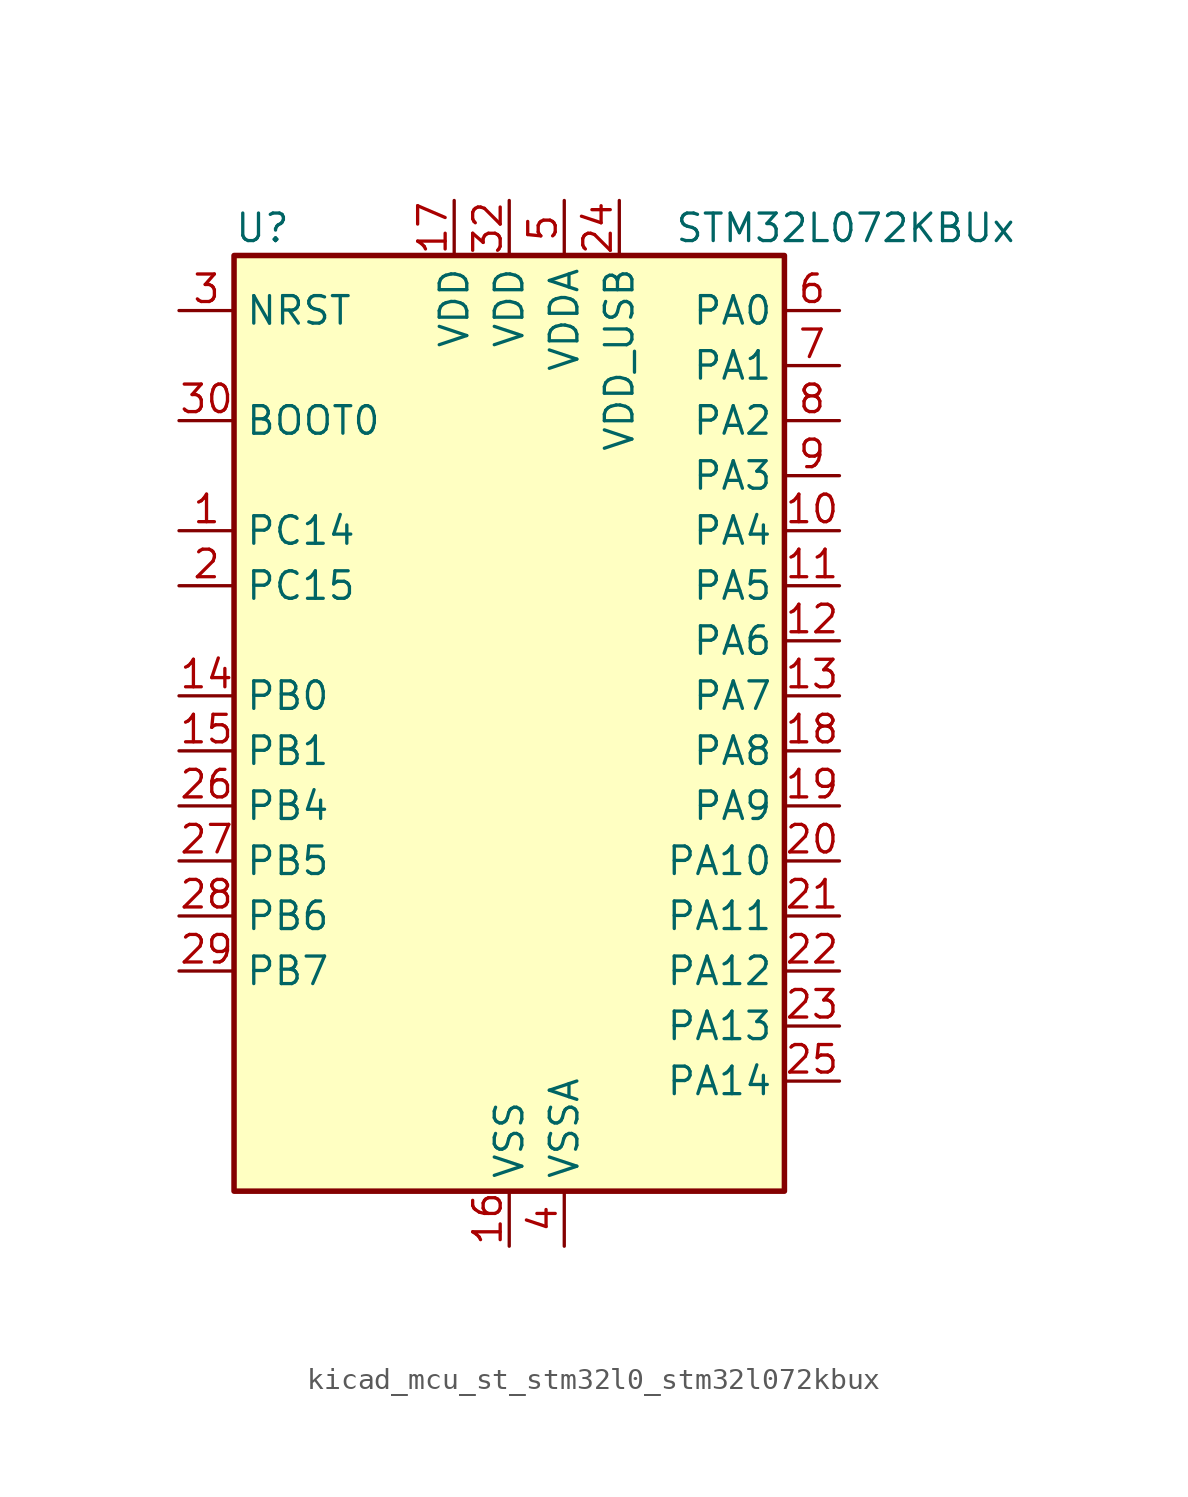
<source format=kicad_sym>
(kicad_symbol_lib
  (version 20220914)
  (generator kicad_symbol_editor)
  (symbol "kicad_mcu_st_stm32l0_stm32l072kbux"
    (property "Reference" "U"
      (at -12.7 24.13 0)
      (effects (font (size 1.27 1.27)) (justify left)))
    (property "Value" "STM32L072KBUx"
      (at 7.62 24.13 0)
      (effects (font (size 1.27 1.27)) (justify left)))
    (property "ki_locked" ""
      (at 0 0 0)
      (effects (font (size 1.27 1.27))))
    (symbol "kicad_mcu_st_stm32l0_stm32l072kbux_0_1"
      (rectangle (start -12.7 -20.32) (end 12.7 22.86) (stroke (width 0.254) (type default)) (fill (type background))))
    (symbol "kicad_mcu_st_stm32l0_stm32l072kbux_1_1"
      (pin bidirectional line (at -15.24 10.16 0) (length 2.54) (name "PC14" (effects (font (size 1.27 1.27)))) (number "1" (effects (font (size 1.27 1.27)))) (alternate "RCC_OSC32_IN" bidirectional line))
      (pin bidirectional line (at 15.24 10.16 180) (length 2.54) (name "PA4" (effects (font (size 1.27 1.27)))) (number "10" (effects (font (size 1.27 1.27)))) (alternate "ADC_IN4" bidirectional line) (alternate "COMP1_INM" bidirectional line) (alternate "COMP2_INM" bidirectional line) (alternate "DAC_OUT1" bidirectional line) (alternate "SPI1_NSS" bidirectional line) (alternate "TIM22_ETR" bidirectional line) (alternate "TSC_G2_IO1" bidirectional line) (alternate "USART2_CK" bidirectional line))
      (pin bidirectional line (at 15.24 7.62 180) (length 2.54) (name "PA5" (effects (font (size 1.27 1.27)))) (number "11" (effects (font (size 1.27 1.27)))) (alternate "ADC_IN5" bidirectional line) (alternate "COMP1_INM" bidirectional line) (alternate "COMP2_INM" bidirectional line) (alternate "DAC_OUT2" bidirectional line) (alternate "SPI1_SCK" bidirectional line) (alternate "TIM2_CH1" bidirectional line) (alternate "TIM2_ETR" bidirectional line) (alternate "TSC_G2_IO2" bidirectional line))
      (pin bidirectional line (at 15.24 5.08 180) (length 2.54) (name "PA6" (effects (font (size 1.27 1.27)))) (number "12" (effects (font (size 1.27 1.27)))) (alternate "ADC_IN6" bidirectional line) (alternate "COMP1_OUT" bidirectional line) (alternate "LPUART1_CTS" bidirectional line) (alternate "SPI1_MISO" bidirectional line) (alternate "TIM22_CH1" bidirectional line) (alternate "TIM3_CH1" bidirectional line) (alternate "TSC_G2_IO3" bidirectional line))
      (pin bidirectional line (at 15.24 2.54 180) (length 2.54) (name "PA7" (effects (font (size 1.27 1.27)))) (number "13" (effects (font (size 1.27 1.27)))) (alternate "ADC_IN7" bidirectional line) (alternate "COMP2_OUT" bidirectional line) (alternate "SPI1_MOSI" bidirectional line) (alternate "TIM22_CH2" bidirectional line) (alternate "TIM3_CH2" bidirectional line) (alternate "TSC_G2_IO4" bidirectional line))
      (pin bidirectional line (at -15.24 2.54 0) (length 2.54) (name "PB0" (effects (font (size 1.27 1.27)))) (number "14" (effects (font (size 1.27 1.27)))) (alternate "ADC_IN8" bidirectional line) (alternate "SYS_VREF_OUT_PB0" bidirectional line) (alternate "TIM3_CH3" bidirectional line) (alternate "TSC_G3_IO2" bidirectional line))
      (pin bidirectional line (at -15.24 0 0) (length 2.54) (name "PB1" (effects (font (size 1.27 1.27)))) (number "15" (effects (font (size 1.27 1.27)))) (alternate "ADC_IN9" bidirectional line) (alternate "LPUART1_DE" bidirectional line) (alternate "LPUART1_RTS" bidirectional line) (alternate "SYS_VREF_OUT_PB1" bidirectional line) (alternate "TIM3_CH4" bidirectional line) (alternate "TSC_G3_IO3" bidirectional line))
      (pin power_in line (at 0 -22.86 90) (length 2.54) (name "VSS" (effects (font (size 1.27 1.27)))) (number "16" (effects (font (size 1.27 1.27)))))
      (pin power_in line (at -2.54 25.4 270) (length 2.54) (name "VDD" (effects (font (size 1.27 1.27)))) (number "17" (effects (font (size 1.27 1.27)))))
      (pin bidirectional line (at 15.24 0 180) (length 2.54) (name "PA8" (effects (font (size 1.27 1.27)))) (number "18" (effects (font (size 1.27 1.27)))) (alternate "CRS_SYNC" bidirectional line) (alternate "I2C3_SCL" bidirectional line) (alternate "RCC_MCO" bidirectional line) (alternate "USART1_CK" bidirectional line))
      (pin bidirectional line (at 15.24 -2.54 180) (length 2.54) (name "PA9" (effects (font (size 1.27 1.27)))) (number "19" (effects (font (size 1.27 1.27)))) (alternate "DAC_EXTI9" bidirectional line) (alternate "I2C1_SCL" bidirectional line) (alternate "I2C3_SMBA" bidirectional line) (alternate "RCC_MCO" bidirectional line) (alternate "TSC_G4_IO1" bidirectional line) (alternate "USART1_TX" bidirectional line))
      (pin bidirectional line (at -15.24 7.62 0) (length 2.54) (name "PC15" (effects (font (size 1.27 1.27)))) (number "2" (effects (font (size 1.27 1.27)))) (alternate "RCC_OSC32_OUT" bidirectional line))
      (pin bidirectional line (at 15.24 -5.08 180) (length 2.54) (name "PA10" (effects (font (size 1.27 1.27)))) (number "20" (effects (font (size 1.27 1.27)))) (alternate "I2C1_SDA" bidirectional line) (alternate "TSC_G4_IO2" bidirectional line) (alternate "USART1_RX" bidirectional line))
      (pin bidirectional line (at 15.24 -7.62 180) (length 2.54) (name "PA11" (effects (font (size 1.27 1.27)))) (number "21" (effects (font (size 1.27 1.27)))) (alternate "ADC_EXTI11" bidirectional line) (alternate "COMP1_OUT" bidirectional line) (alternate "SPI1_MISO" bidirectional line) (alternate "TSC_G4_IO3" bidirectional line) (alternate "USART1_CTS" bidirectional line) (alternate "USB_DM" bidirectional line))
      (pin bidirectional line (at 15.24 -10.16 180) (length 2.54) (name "PA12" (effects (font (size 1.27 1.27)))) (number "22" (effects (font (size 1.27 1.27)))) (alternate "COMP2_OUT" bidirectional line) (alternate "SPI1_MOSI" bidirectional line) (alternate "TSC_G4_IO4" bidirectional line) (alternate "USART1_DE" bidirectional line) (alternate "USART1_RTS" bidirectional line) (alternate "USB_DP" bidirectional line))
      (pin bidirectional line (at 15.24 -12.7 180) (length 2.54) (name "PA13" (effects (font (size 1.27 1.27)))) (number "23" (effects (font (size 1.27 1.27)))) (alternate "LPUART1_RX" bidirectional line) (alternate "SYS_SWDIO" bidirectional line) (alternate "USB_NOE" bidirectional line))
      (pin power_in line (at 5.08 25.4 270) (length 2.54) (name "VDD_USB" (effects (font (size 1.27 1.27)))) (number "24" (effects (font (size 1.27 1.27)))))
      (pin bidirectional line (at 15.24 -15.24 180) (length 2.54) (name "PA14" (effects (font (size 1.27 1.27)))) (number "25" (effects (font (size 1.27 1.27)))) (alternate "LPUART1_TX" bidirectional line) (alternate "SYS_SWCLK" bidirectional line) (alternate "USART2_TX" bidirectional line))
      (pin bidirectional line (at -15.24 -2.54 0) (length 2.54) (name "PB4" (effects (font (size 1.27 1.27)))) (number "26" (effects (font (size 1.27 1.27)))) (alternate "COMP2_INP" bidirectional line) (alternate "I2C3_SDA" bidirectional line) (alternate "SPI1_MISO" bidirectional line) (alternate "TIM22_CH1" bidirectional line) (alternate "TIM3_CH1" bidirectional line) (alternate "TSC_G5_IO2" bidirectional line) (alternate "USART1_CTS" bidirectional line))
      (pin bidirectional line (at -15.24 -5.08 0) (length 2.54) (name "PB5" (effects (font (size 1.27 1.27)))) (number "27" (effects (font (size 1.27 1.27)))) (alternate "COMP2_INP" bidirectional line) (alternate "I2C1_SMBA" bidirectional line) (alternate "LPTIM1_IN1" bidirectional line) (alternate "SPI1_MOSI" bidirectional line) (alternate "TIM22_CH2" bidirectional line) (alternate "TIM3_CH2" bidirectional line) (alternate "USART1_CK" bidirectional line))
      (pin bidirectional line (at -15.24 -7.62 0) (length 2.54) (name "PB6" (effects (font (size 1.27 1.27)))) (number "28" (effects (font (size 1.27 1.27)))) (alternate "COMP2_INP" bidirectional line) (alternate "I2C1_SCL" bidirectional line) (alternate "LPTIM1_ETR" bidirectional line) (alternate "TSC_G5_IO3" bidirectional line) (alternate "USART1_TX" bidirectional line))
      (pin bidirectional line (at -15.24 -10.16 0) (length 2.54) (name "PB7" (effects (font (size 1.27 1.27)))) (number "29" (effects (font (size 1.27 1.27)))) (alternate "COMP2_INP" bidirectional line) (alternate "I2C1_SDA" bidirectional line) (alternate "LPTIM1_IN2" bidirectional line) (alternate "SYS_PVD_IN" bidirectional line) (alternate "TSC_G5_IO4" bidirectional line) (alternate "USART1_RX" bidirectional line) (alternate "USART4_CTS" bidirectional line))
      (pin input line (at -15.24 20.32 0) (length 2.54) (name "NRST" (effects (font (size 1.27 1.27)))) (number "3" (effects (font (size 1.27 1.27)))))
      (pin input line (at -15.24 15.24 0) (length 2.54) (name "BOOT0" (effects (font (size 1.27 1.27)))) (number "30" (effects (font (size 1.27 1.27)))))
      (pin passive line (at 0 -22.86 90) (length 2.54) hide (name "VSS" (effects (font (size 1.27 1.27)))) (number "31" (effects (font (size 1.27 1.27)))))
      (pin power_in line (at 0 25.4 270) (length 2.54) (name "VDD" (effects (font (size 1.27 1.27)))) (number "32" (effects (font (size 1.27 1.27)))))
      (pin passive line (at 0 -22.86 90) (length 2.54) hide (name "VSS" (effects (font (size 1.27 1.27)))) (number "33" (effects (font (size 1.27 1.27)))))
      (pin power_in line (at 2.54 -22.86 90) (length 2.54) (name "VSSA" (effects (font (size 1.27 1.27)))) (number "4" (effects (font (size 1.27 1.27)))))
      (pin power_in line (at 2.54 25.4 270) (length 2.54) (name "VDDA" (effects (font (size 1.27 1.27)))) (number "5" (effects (font (size 1.27 1.27)))))
      (pin bidirectional line (at 15.24 20.32 180) (length 2.54) (name "PA0" (effects (font (size 1.27 1.27)))) (number "6" (effects (font (size 1.27 1.27)))) (alternate "ADC_IN0" bidirectional line) (alternate "COMP1_INM" bidirectional line) (alternate "COMP1_OUT" bidirectional line) (alternate "RTC_TAMP2" bidirectional line) (alternate "SYS_WKUP1" bidirectional line) (alternate "TIM2_CH1" bidirectional line) (alternate "TIM2_ETR" bidirectional line) (alternate "TSC_G1_IO1" bidirectional line) (alternate "USART2_CTS" bidirectional line) (alternate "USART4_TX" bidirectional line))
      (pin bidirectional line (at 15.24 17.78 180) (length 2.54) (name "PA1" (effects (font (size 1.27 1.27)))) (number "7" (effects (font (size 1.27 1.27)))) (alternate "ADC_IN1" bidirectional line) (alternate "COMP1_INP" bidirectional line) (alternate "TIM21_ETR" bidirectional line) (alternate "TIM2_CH2" bidirectional line) (alternate "TSC_G1_IO2" bidirectional line) (alternate "USART2_DE" bidirectional line) (alternate "USART2_RTS" bidirectional line) (alternate "USART4_RX" bidirectional line))
      (pin bidirectional line (at 15.24 15.24 180) (length 2.54) (name "PA2" (effects (font (size 1.27 1.27)))) (number "8" (effects (font (size 1.27 1.27)))) (alternate "ADC_IN2" bidirectional line) (alternate "COMP2_INM" bidirectional line) (alternate "COMP2_OUT" bidirectional line) (alternate "LPUART1_TX" bidirectional line) (alternate "TIM21_CH1" bidirectional line) (alternate "TIM2_CH3" bidirectional line) (alternate "TSC_G1_IO3" bidirectional line) (alternate "USART2_TX" bidirectional line))
      (pin bidirectional line (at 15.24 12.7 180) (length 2.54) (name "PA3" (effects (font (size 1.27 1.27)))) (number "9" (effects (font (size 1.27 1.27)))) (alternate "ADC_IN3" bidirectional line) (alternate "COMP2_INP" bidirectional line) (alternate "LPUART1_RX" bidirectional line) (alternate "TIM21_CH2" bidirectional line) (alternate "TIM2_CH4" bidirectional line) (alternate "TSC_G1_IO4" bidirectional line) (alternate "USART2_RX" bidirectional line)))))
</source>
